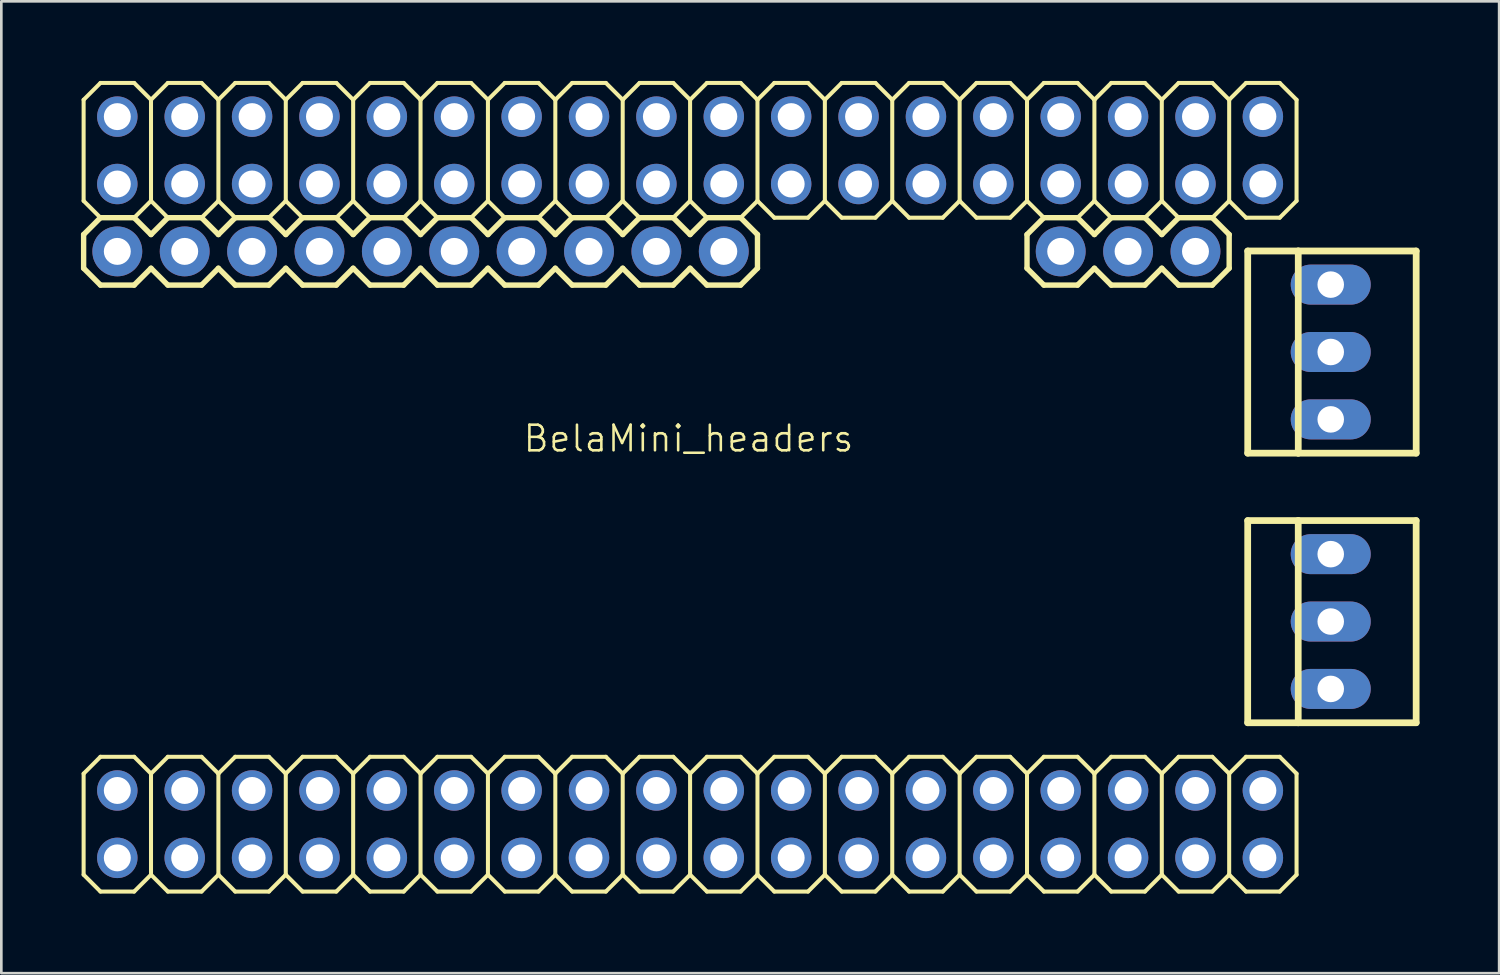
<source format=kicad_pcb>
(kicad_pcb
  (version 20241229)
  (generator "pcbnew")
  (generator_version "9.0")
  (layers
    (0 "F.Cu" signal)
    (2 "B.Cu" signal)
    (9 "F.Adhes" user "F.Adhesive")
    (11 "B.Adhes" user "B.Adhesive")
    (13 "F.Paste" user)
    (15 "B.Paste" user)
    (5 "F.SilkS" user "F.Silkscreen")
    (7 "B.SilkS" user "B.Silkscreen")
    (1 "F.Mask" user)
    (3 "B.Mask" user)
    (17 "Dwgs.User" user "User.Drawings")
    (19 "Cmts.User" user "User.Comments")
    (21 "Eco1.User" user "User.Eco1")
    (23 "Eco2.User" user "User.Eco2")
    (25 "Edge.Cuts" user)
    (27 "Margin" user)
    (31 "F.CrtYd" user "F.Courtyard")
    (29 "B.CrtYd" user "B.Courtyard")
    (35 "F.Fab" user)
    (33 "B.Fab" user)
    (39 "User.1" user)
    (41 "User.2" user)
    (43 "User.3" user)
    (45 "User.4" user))
  (footprint "BelaMini_headers"
    (layer "F.Cu")
    (at 22.962 15.316)
    (property "Reference" "BelaMini_headers" (at -6.35 -1.27 180) (layer "F.SilkS") (effects (font (size 0.965 0.965) (thickness 0.097)) (justify left bottom)))
    (attr through_hole)
    (fp_line (start -22.86 -14.605) (end -22.225 -15.24) (stroke (width 0.152) (type solid)) (layer "F.SilkS"))
    (fp_line (start -22.86 -10.795) (end -22.86 -14.605) (stroke (width 0.152) (type solid)) (layer "F.SilkS"))
    (fp_line (start -22.86 -10.795) (end -22.225 -10.16) (stroke (width 0.152) (type solid)) (layer "F.SilkS"))
    (fp_line (start -22.86 -9.525) (end -22.86 -8.255) (stroke (width 0.203) (type solid)) (layer "F.SilkS"))
    (fp_line (start -22.86 -8.255) (end -22.225 -7.62) (stroke (width 0.203) (type solid)) (layer "F.SilkS"))
    (fp_line (start -22.86 10.795) (end -22.225 10.16) (stroke (width 0.152) (type solid)) (layer "F.SilkS"))
    (fp_line (start -22.86 14.605) (end -22.86 10.795) (stroke (width 0.152) (type solid)) (layer "F.SilkS"))
    (fp_line (start -22.86 14.605) (end -22.225 15.24) (stroke (width 0.152) (type solid)) (layer "F.SilkS"))
    (fp_line (start -22.225 -15.24) (end -20.955 -15.24) (stroke (width 0.152) (type solid)) (layer "F.SilkS"))
    (fp_line (start -22.225 -10.16) (end -22.86 -9.525) (stroke (width 0.203) (type solid)) (layer "F.SilkS"))
    (fp_line (start -22.225 -10.16) (end -20.955 -10.16) (stroke (width 0.152) (type solid)) (layer "F.SilkS"))
    (fp_line (start -22.225 -10.16) (end -20.955 -10.16) (stroke (width 0.203) (type solid)) (layer "F.SilkS"))
    (fp_line (start -22.225 10.16) (end -20.955 10.16) (stroke (width 0.152) (type solid)) (layer "F.SilkS"))
    (fp_line (start -22.225 15.24) (end -20.955 15.24) (stroke (width 0.152) (type solid)) (layer "F.SilkS"))
    (fp_line (start -20.955 -15.24) (end -20.32 -14.605) (stroke (width 0.152) (type solid)) (layer "F.SilkS"))
    (fp_line (start -20.955 -10.16) (end -20.32 -10.795) (stroke (width 0.152) (type solid)) (layer "F.SilkS"))
    (fp_line (start -20.955 -10.16) (end -20.32 -9.525) (stroke (width 0.203) (type solid)) (layer "F.SilkS"))
    (fp_line (start -20.955 -7.62) (end -22.225 -7.62) (stroke (width 0.203) (type solid)) (layer "F.SilkS"))
    (fp_line (start -20.955 10.16) (end -20.32 10.795) (stroke (width 0.152) (type solid)) (layer "F.SilkS"))
    (fp_line (start -20.955 15.24) (end -20.32 14.605) (stroke (width 0.152) (type solid)) (layer "F.SilkS"))
    (fp_line (start -20.32 -14.605) (end -20.32 -10.795) (stroke (width 0.152) (type solid)) (layer "F.SilkS"))
    (fp_line (start -20.32 -14.605) (end -19.685 -15.24) (stroke (width 0.152) (type solid)) (layer "F.SilkS"))
    (fp_line (start -20.32 -10.795) (end -19.685 -10.16) (stroke (width 0.152) (type solid)) (layer "F.SilkS"))
    (fp_line (start -20.32 -9.525) (end -19.685 -10.16) (stroke (width 0.203) (type solid)) (layer "F.SilkS"))
    (fp_line (start -20.32 -8.255) (end -20.955 -7.62) (stroke (width 0.203) (type solid)) (layer "F.SilkS"))
    (fp_line (start -20.32 10.795) (end -20.32 14.605) (stroke (width 0.152) (type solid)) (layer "F.SilkS"))
    (fp_line (start -20.32 10.795) (end -19.685 10.16) (stroke (width 0.152) (type solid)) (layer "F.SilkS"))
    (fp_line (start -20.32 14.605) (end -19.685 15.24) (stroke (width 0.152) (type solid)) (layer "F.SilkS"))
    (fp_line (start -19.685 -15.24) (end -18.415 -15.24) (stroke (width 0.152) (type solid)) (layer "F.SilkS"))
    (fp_line (start -19.685 -10.16) (end -18.415 -10.16) (stroke (width 0.152) (type solid)) (layer "F.SilkS"))
    (fp_line (start -19.685 -10.16) (end -18.415 -10.16) (stroke (width 0.203) (type solid)) (layer "F.SilkS"))
    (fp_line (start -19.685 -7.62) (end -20.32 -8.255) (stroke (width 0.203) (type solid)) (layer "F.SilkS"))
    (fp_line (start -19.685 10.16) (end -18.415 10.16) (stroke (width 0.152) (type solid)) (layer "F.SilkS"))
    (fp_line (start -19.685 15.24) (end -18.415 15.24) (stroke (width 0.152) (type solid)) (layer "F.SilkS"))
    (fp_line (start -18.415 -15.24) (end -17.78 -14.605) (stroke (width 0.152) (type solid)) (layer "F.SilkS"))
    (fp_line (start -18.415 -10.16) (end -17.78 -10.795) (stroke (width 0.152) (type solid)) (layer "F.SilkS"))
    (fp_line (start -18.415 -10.16) (end -17.78 -9.525) (stroke (width 0.203) (type solid)) (layer "F.SilkS"))
    (fp_line (start -18.415 -7.62) (end -19.685 -7.62) (stroke (width 0.203) (type solid)) (layer "F.SilkS"))
    (fp_line (start -18.415 10.16) (end -17.78 10.795) (stroke (width 0.152) (type solid)) (layer "F.SilkS"))
    (fp_line (start -18.415 15.24) (end -17.78 14.605) (stroke (width 0.152) (type solid)) (layer "F.SilkS"))
    (fp_line (start -17.78 -14.605) (end -17.78 -10.795) (stroke (width 0.152) (type solid)) (layer "F.SilkS"))
    (fp_line (start -17.78 -14.605) (end -17.145 -15.24) (stroke (width 0.152) (type solid)) (layer "F.SilkS"))
    (fp_line (start -17.78 -10.795) (end -17.145 -10.16) (stroke (width 0.152) (type solid)) (layer "F.SilkS"))
    (fp_line (start -17.78 -9.525) (end -17.145 -10.16) (stroke (width 0.203) (type solid)) (layer "F.SilkS"))
    (fp_line (start -17.78 -8.255) (end -18.415 -7.62) (stroke (width 0.203) (type solid)) (layer "F.SilkS"))
    (fp_line (start -17.78 10.795) (end -17.78 14.605) (stroke (width 0.152) (type solid)) (layer "F.SilkS"))
    (fp_line (start -17.78 10.795) (end -17.145 10.16) (stroke (width 0.152) (type solid)) (layer "F.SilkS"))
    (fp_line (start -17.78 14.605) (end -17.145 15.24) (stroke (width 0.152) (type solid)) (layer "F.SilkS"))
    (fp_line (start -17.145 -15.24) (end -15.875 -15.24) (stroke (width 0.152) (type solid)) (layer "F.SilkS"))
    (fp_line (start -17.145 -10.16) (end -15.875 -10.16) (stroke (width 0.152) (type solid)) (layer "F.SilkS"))
    (fp_line (start -17.145 -10.16) (end -15.875 -10.16) (stroke (width 0.203) (type solid)) (layer "F.SilkS"))
    (fp_line (start -17.145 -7.62) (end -17.78 -8.255) (stroke (width 0.203) (type solid)) (layer "F.SilkS"))
    (fp_line (start -17.145 10.16) (end -15.875 10.16) (stroke (width 0.152) (type solid)) (layer "F.SilkS"))
    (fp_line (start -17.145 15.24) (end -15.875 15.24) (stroke (width 0.152) (type solid)) (layer "F.SilkS"))
    (fp_line (start -15.875 -15.24) (end -15.24 -14.605) (stroke (width 0.152) (type solid)) (layer "F.SilkS"))
    (fp_line (start -15.875 -10.16) (end -15.24 -10.795) (stroke (width 0.152) (type solid)) (layer "F.SilkS"))
    (fp_line (start -15.875 -10.16) (end -15.24 -9.525) (stroke (width 0.203) (type solid)) (layer "F.SilkS"))
    (fp_line (start -15.875 -7.62) (end -17.145 -7.62) (stroke (width 0.203) (type solid)) (layer "F.SilkS"))
    (fp_line (start -15.875 10.16) (end -15.24 10.795) (stroke (width 0.152) (type solid)) (layer "F.SilkS"))
    (fp_line (start -15.875 15.24) (end -15.24 14.605) (stroke (width 0.152) (type solid)) (layer "F.SilkS"))
    (fp_line (start -15.24 -14.605) (end -15.24 -10.795) (stroke (width 0.152) (type solid)) (layer "F.SilkS"))
    (fp_line (start -15.24 -14.605) (end -14.605 -15.24) (stroke (width 0.152) (type solid)) (layer "F.SilkS"))
    (fp_line (start -15.24 -10.795) (end -14.605 -10.16) (stroke (width 0.152) (type solid)) (layer "F.SilkS"))
    (fp_line (start -15.24 -8.255) (end -15.875 -7.62) (stroke (width 0.203) (type solid)) (layer "F.SilkS"))
    (fp_line (start -15.24 -8.255) (end -14.605 -7.62) (stroke (width 0.203) (type solid)) (layer "F.SilkS"))
    (fp_line (start -15.24 10.795) (end -15.24 14.605) (stroke (width 0.152) (type solid)) (layer "F.SilkS"))
    (fp_line (start -15.24 10.795) (end -14.605 10.16) (stroke (width 0.152) (type solid)) (layer "F.SilkS"))
    (fp_line (start -15.24 14.605) (end -14.605 15.24) (stroke (width 0.152) (type solid)) (layer "F.SilkS"))
    (fp_line (start -14.605 -15.24) (end -13.335 -15.24) (stroke (width 0.152) (type solid)) (layer "F.SilkS"))
    (fp_line (start -14.605 -10.16) (end -15.24 -9.525) (stroke (width 0.203) (type solid)) (layer "F.SilkS"))
    (fp_line (start -14.605 -10.16) (end -13.335 -10.16) (stroke (width 0.152) (type solid)) (layer "F.SilkS"))
    (fp_line (start -14.605 -10.16) (end -13.335 -10.16) (stroke (width 0.203) (type solid)) (layer "F.SilkS"))
    (fp_line (start -14.605 10.16) (end -13.335 10.16) (stroke (width 0.152) (type solid)) (layer "F.SilkS"))
    (fp_line (start -14.605 15.24) (end -13.335 15.24) (stroke (width 0.152) (type solid)) (layer "F.SilkS"))
    (fp_line (start -13.335 -15.24) (end -12.7 -14.605) (stroke (width 0.152) (type solid)) (layer "F.SilkS"))
    (fp_line (start -13.335 -10.16) (end -12.7 -10.795) (stroke (width 0.152) (type solid)) (layer "F.SilkS"))
    (fp_line (start -13.335 -10.16) (end -12.7 -9.525) (stroke (width 0.203) (type solid)) (layer "F.SilkS"))
    (fp_line (start -13.335 -7.62) (end -14.605 -7.62) (stroke (width 0.203) (type solid)) (layer "F.SilkS"))
    (fp_line (start -13.335 10.16) (end -12.7 10.795) (stroke (width 0.152) (type solid)) (layer "F.SilkS"))
    (fp_line (start -13.335 15.24) (end -12.7 14.605) (stroke (width 0.152) (type solid)) (layer "F.SilkS"))
    (fp_line (start -12.7 -14.605) (end -12.7 -10.795) (stroke (width 0.152) (type solid)) (layer "F.SilkS"))
    (fp_line (start -12.7 -14.605) (end -12.065 -15.24) (stroke (width 0.152) (type solid)) (layer "F.SilkS"))
    (fp_line (start -12.7 -10.795) (end -12.065 -10.16) (stroke (width 0.152) (type solid)) (layer "F.SilkS"))
    (fp_line (start -12.7 -9.525) (end -12.065 -10.16) (stroke (width 0.203) (type solid)) (layer "F.SilkS"))
    (fp_line (start -12.7 -8.255) (end -13.335 -7.62) (stroke (width 0.203) (type solid)) (layer "F.SilkS"))
    (fp_line (start -12.7 10.795) (end -12.7 14.605) (stroke (width 0.152) (type solid)) (layer "F.SilkS"))
    (fp_line (start -12.7 10.795) (end -12.065 10.16) (stroke (width 0.152) (type solid)) (layer "F.SilkS"))
    (fp_line (start -12.7 14.605) (end -12.065 15.24) (stroke (width 0.152) (type solid)) (layer "F.SilkS"))
    (fp_line (start -12.065 -15.24) (end -10.795 -15.24) (stroke (width 0.152) (type solid)) (layer "F.SilkS"))
    (fp_line (start -12.065 -10.16) (end -10.795 -10.16) (stroke (width 0.152) (type solid)) (layer "F.SilkS"))
    (fp_line (start -12.065 -10.16) (end -10.795 -10.16) (stroke (width 0.203) (type solid)) (layer "F.SilkS"))
    (fp_line (start -12.065 -7.62) (end -12.7 -8.255) (stroke (width 0.203) (type solid)) (layer "F.SilkS"))
    (fp_line (start -12.065 10.16) (end -10.795 10.16) (stroke (width 0.152) (type solid)) (layer "F.SilkS"))
    (fp_line (start -12.065 15.24) (end -10.795 15.24) (stroke (width 0.152) (type solid)) (layer "F.SilkS"))
    (fp_line (start -10.795 -15.24) (end -10.16 -14.605) (stroke (width 0.152) (type solid)) (layer "F.SilkS"))
    (fp_line (start -10.795 -10.16) (end -10.16 -10.795) (stroke (width 0.152) (type solid)) (layer "F.SilkS"))
    (fp_line (start -10.795 -10.16) (end -10.16 -9.525) (stroke (width 0.203) (type solid)) (layer "F.SilkS"))
    (fp_line (start -10.795 -7.62) (end -12.065 -7.62) (stroke (width 0.203) (type solid)) (layer "F.SilkS"))
    (fp_line (start -10.795 10.16) (end -10.16 10.795) (stroke (width 0.152) (type solid)) (layer "F.SilkS"))
    (fp_line (start -10.795 15.24) (end -10.16 14.605) (stroke (width 0.152) (type solid)) (layer "F.SilkS"))
    (fp_line (start -10.16 -14.605) (end -10.16 -10.795) (stroke (width 0.152) (type solid)) (layer "F.SilkS"))
    (fp_line (start -10.16 -14.605) (end -9.525 -15.24) (stroke (width 0.152) (type solid)) (layer "F.SilkS"))
    (fp_line (start -10.16 -10.795) (end -9.525 -10.16) (stroke (width 0.152) (type solid)) (layer "F.SilkS"))
    (fp_line (start -10.16 -9.525) (end -9.525 -10.16) (stroke (width 0.203) (type solid)) (layer "F.SilkS"))
    (fp_line (start -10.16 -8.255) (end -10.795 -7.62) (stroke (width 0.203) (type solid)) (layer "F.SilkS"))
    (fp_line (start -10.16 10.795) (end -10.16 14.605) (stroke (width 0.152) (type solid)) (layer "F.SilkS"))
    (fp_line (start -10.16 10.795) (end -9.525 10.16) (stroke (width 0.152) (type solid)) (layer "F.SilkS"))
    (fp_line (start -10.16 14.605) (end -9.525 15.24) (stroke (width 0.152) (type solid)) (layer "F.SilkS"))
    (fp_line (start -9.525 -15.24) (end -8.255 -15.24) (stroke (width 0.152) (type solid)) (layer "F.SilkS"))
    (fp_line (start -9.525 -10.16) (end -8.255 -10.16) (stroke (width 0.152) (type solid)) (layer "F.SilkS"))
    (fp_line (start -9.525 -10.16) (end -8.255 -10.16) (stroke (width 0.203) (type solid)) (layer "F.SilkS"))
    (fp_line (start -9.525 -7.62) (end -10.16 -8.255) (stroke (width 0.203) (type solid)) (layer "F.SilkS"))
    (fp_line (start -9.525 10.16) (end -8.255 10.16) (stroke (width 0.152) (type solid)) (layer "F.SilkS"))
    (fp_line (start -9.525 15.24) (end -8.255 15.24) (stroke (width 0.152) (type solid)) (layer "F.SilkS"))
    (fp_line (start -8.255 -15.24) (end -7.62 -14.605) (stroke (width 0.152) (type solid)) (layer "F.SilkS"))
    (fp_line (start -8.255 -10.16) (end -7.62 -10.795) (stroke (width 0.152) (type solid)) (layer "F.SilkS"))
    (fp_line (start -8.255 -10.16) (end -7.62 -9.525) (stroke (width 0.203) (type solid)) (layer "F.SilkS"))
    (fp_line (start -8.255 -7.62) (end -9.525 -7.62) (stroke (width 0.203) (type solid)) (layer "F.SilkS"))
    (fp_line (start -8.255 10.16) (end -7.62 10.795) (stroke (width 0.152) (type solid)) (layer "F.SilkS"))
    (fp_line (start -8.255 15.24) (end -7.62 14.605) (stroke (width 0.152) (type solid)) (layer "F.SilkS"))
    (fp_line (start -7.62 -14.605) (end -7.62 -10.795) (stroke (width 0.152) (type solid)) (layer "F.SilkS"))
    (fp_line (start -7.62 -14.605) (end -6.985 -15.24) (stroke (width 0.152) (type solid)) (layer "F.SilkS"))
    (fp_line (start -7.62 -10.795) (end -6.985 -10.16) (stroke (width 0.152) (type solid)) (layer "F.SilkS"))
    (fp_line (start -7.62 -8.255) (end -8.255 -7.62) (stroke (width 0.203) (type solid)) (layer "F.SilkS"))
    (fp_line (start -7.62 -8.255) (end -6.985 -7.62) (stroke (width 0.203) (type solid)) (layer "F.SilkS"))
    (fp_line (start -7.62 10.795) (end -7.62 14.605) (stroke (width 0.152) (type solid)) (layer "F.SilkS"))
    (fp_line (start -7.62 10.795) (end -6.985 10.16) (stroke (width 0.152) (type solid)) (layer "F.SilkS"))
    (fp_line (start -7.62 14.605) (end -6.985 15.24) (stroke (width 0.152) (type solid)) (layer "F.SilkS"))
    (fp_line (start -6.985 -15.24) (end -5.715 -15.24) (stroke (width 0.152) (type solid)) (layer "F.SilkS"))
    (fp_line (start -6.985 -10.16) (end -7.62 -9.525) (stroke (width 0.203) (type solid)) (layer "F.SilkS"))
    (fp_line (start -6.985 -10.16) (end -5.715 -10.16) (stroke (width 0.203) (type solid)) (layer "F.SilkS"))
    (fp_line (start -6.985 10.16) (end -5.715 10.16) (stroke (width 0.152) (type solid)) (layer "F.SilkS"))
    (fp_line (start -5.715 -15.24) (end -5.08 -14.605) (stroke (width 0.152) (type solid)) (layer "F.SilkS"))
    (fp_line (start -5.715 -10.16) (end -6.985 -10.16) (stroke (width 0.152) (type solid)) (layer "F.SilkS"))
    (fp_line (start -5.715 -10.16) (end -5.08 -9.525) (stroke (width 0.203) (type solid)) (layer "F.SilkS"))
    (fp_line (start -5.715 -7.62) (end -6.985 -7.62) (stroke (width 0.203) (type solid)) (layer "F.SilkS"))
    (fp_line (start -5.715 10.16) (end -5.08 10.795) (stroke (width 0.152) (type solid)) (layer "F.SilkS"))
    (fp_line (start -5.715 15.24) (end -6.985 15.24) (stroke (width 0.152) (type solid)) (layer "F.SilkS"))
    (fp_line (start -5.08 -14.605) (end -5.08 -10.795) (stroke (width 0.152) (type solid)) (layer "F.SilkS"))
    (fp_line (start -5.08 -14.605) (end -4.445 -15.24) (stroke (width 0.152) (type solid)) (layer "F.SilkS"))
    (fp_line (start -5.08 -10.795) (end -5.715 -10.16) (stroke (width 0.152) (type solid)) (layer "F.SilkS"))
    (fp_line (start -5.08 -10.795) (end -4.445 -10.16) (stroke (width 0.152) (type solid)) (layer "F.SilkS"))
    (fp_line (start -5.08 -8.255) (end -5.715 -7.62) (stroke (width 0.203) (type solid)) (layer "F.SilkS"))
    (fp_line (start -5.08 -8.255) (end -4.445 -7.62) (stroke (width 0.203) (type solid)) (layer "F.SilkS"))
    (fp_line (start -5.08 10.795) (end -5.08 14.605) (stroke (width 0.152) (type solid)) (layer "F.SilkS"))
    (fp_line (start -5.08 10.795) (end -4.445 10.16) (stroke (width 0.152) (type solid)) (layer "F.SilkS"))
    (fp_line (start -5.08 14.605) (end -5.715 15.24) (stroke (width 0.152) (type solid)) (layer "F.SilkS"))
    (fp_line (start -5.08 14.605) (end -4.445 15.24) (stroke (width 0.152) (type solid)) (layer "F.SilkS"))
    (fp_line (start -4.445 -15.24) (end -3.175 -15.24) (stroke (width 0.152) (type solid)) (layer "F.SilkS"))
    (fp_line (start -4.445 -10.16) (end -5.08 -9.525) (stroke (width 0.203) (type solid)) (layer "F.SilkS"))
    (fp_line (start -4.445 -10.16) (end -3.175 -10.16) (stroke (width 0.203) (type solid)) (layer "F.SilkS"))
    (fp_line (start -4.445 10.16) (end -3.175 10.16) (stroke (width 0.152) (type solid)) (layer "F.SilkS"))
    (fp_line (start -3.175 -15.24) (end -2.54 -14.605) (stroke (width 0.152) (type solid)) (layer "F.SilkS"))
    (fp_line (start -3.175 -10.16) (end -4.445 -10.16) (stroke (width 0.152) (type solid)) (layer "F.SilkS"))
    (fp_line (start -3.175 -10.16) (end -2.54 -9.525) (stroke (width 0.203) (type solid)) (layer "F.SilkS"))
    (fp_line (start -3.175 -7.62) (end -4.445 -7.62) (stroke (width 0.203) (type solid)) (layer "F.SilkS"))
    (fp_line (start -3.175 10.16) (end -2.54 10.795) (stroke (width 0.152) (type solid)) (layer "F.SilkS"))
    (fp_line (start -3.175 15.24) (end -4.445 15.24) (stroke (width 0.152) (type solid)) (layer "F.SilkS"))
    (fp_line (start -2.54 -14.605) (end -2.54 -10.795) (stroke (width 0.152) (type solid)) (layer "F.SilkS"))
    (fp_line (start -2.54 -14.605) (end -1.905 -15.24) (stroke (width 0.152) (type solid)) (layer "F.SilkS"))
    (fp_line (start -2.54 -10.795) (end -3.175 -10.16) (stroke (width 0.152) (type solid)) (layer "F.SilkS"))
    (fp_line (start -2.54 -10.795) (end -1.905 -10.16) (stroke (width 0.152) (type solid)) (layer "F.SilkS"))
    (fp_line (start -2.54 -8.255) (end -3.175 -7.62) (stroke (width 0.203) (type solid)) (layer "F.SilkS"))
    (fp_line (start -2.54 -8.255) (end -1.905 -7.62) (stroke (width 0.203) (type solid)) (layer "F.SilkS"))
    (fp_line (start -2.54 10.795) (end -2.54 14.605) (stroke (width 0.152) (type solid)) (layer "F.SilkS"))
    (fp_line (start -2.54 10.795) (end -1.905 10.16) (stroke (width 0.152) (type solid)) (layer "F.SilkS"))
    (fp_line (start -2.54 14.605) (end -3.175 15.24) (stroke (width 0.152) (type solid)) (layer "F.SilkS"))
    (fp_line (start -2.54 14.605) (end -1.905 15.24) (stroke (width 0.152) (type solid)) (layer "F.SilkS"))
    (fp_line (start -1.905 -15.24) (end -0.635 -15.24) (stroke (width 0.152) (type solid)) (layer "F.SilkS"))
    (fp_line (start -1.905 -10.16) (end -2.54 -9.525) (stroke (width 0.203) (type solid)) (layer "F.SilkS"))
    (fp_line (start -1.905 -10.16) (end -0.635 -10.16) (stroke (width 0.203) (type solid)) (layer "F.SilkS"))
    (fp_line (start -1.905 10.16) (end -0.635 10.16) (stroke (width 0.152) (type solid)) (layer "F.SilkS"))
    (fp_line (start -0.635 -15.24) (end 0 -14.605) (stroke (width 0.152) (type solid)) (layer "F.SilkS"))
    (fp_line (start -0.635 -10.16) (end -1.905 -10.16) (stroke (width 0.152) (type solid)) (layer "F.SilkS"))
    (fp_line (start -0.635 -10.16) (end 0 -9.525) (stroke (width 0.203) (type solid)) (layer "F.SilkS"))
    (fp_line (start -0.635 -7.62) (end -1.905 -7.62) (stroke (width 0.203) (type solid)) (layer "F.SilkS"))
    (fp_line (start -0.635 10.16) (end 0 10.795) (stroke (width 0.152) (type solid)) (layer "F.SilkS"))
    (fp_line (start -0.635 15.24) (end -1.905 15.24) (stroke (width 0.152) (type solid)) (layer "F.SilkS"))
    (fp_line (start 0 -14.605) (end 0 -10.795) (stroke (width 0.152) (type solid)) (layer "F.SilkS"))
    (fp_line (start 0 -14.605) (end 0.635 -15.24) (stroke (width 0.152) (type solid)) (layer "F.SilkS"))
    (fp_line (start 0 -10.795) (end -0.635 -10.16) (stroke (width 0.152) (type solid)) (layer "F.SilkS"))
    (fp_line (start 0 -10.795) (end 0.635 -10.16) (stroke (width 0.152) (type solid)) (layer "F.SilkS"))
    (fp_line (start 0 -8.255) (end -0.635 -7.62) (stroke (width 0.203) (type solid)) (layer "F.SilkS"))
    (fp_line (start 0 -8.255) (end 0.635 -7.62) (stroke (width 0.203) (type solid)) (layer "F.SilkS"))
    (fp_line (start 0 10.795) (end 0 14.605) (stroke (width 0.152) (type solid)) (layer "F.SilkS"))
    (fp_line (start 0 10.795) (end 0.635 10.16) (stroke (width 0.152) (type solid)) (layer "F.SilkS"))
    (fp_line (start 0 14.605) (end -0.635 15.24) (stroke (width 0.152) (type solid)) (layer "F.SilkS"))
    (fp_line (start 0 14.605) (end 0.635 15.24) (stroke (width 0.152) (type solid)) (layer "F.SilkS"))
    (fp_line (start 0.635 -15.24) (end 1.905 -15.24) (stroke (width 0.152) (type solid)) (layer "F.SilkS"))
    (fp_line (start 0.635 -10.16) (end 0 -9.525) (stroke (width 0.203) (type solid)) (layer "F.SilkS"))
    (fp_line (start 0.635 -10.16) (end 1.905 -10.16) (stroke (width 0.203) (type solid)) (layer "F.SilkS"))
    (fp_line (start 0.635 10.16) (end 1.905 10.16) (stroke (width 0.152) (type solid)) (layer "F.SilkS"))
    (fp_line (start 1.905 -15.24) (end 2.54 -14.605) (stroke (width 0.152) (type solid)) (layer "F.SilkS"))
    (fp_line (start 1.905 -10.16) (end 0.635 -10.16) (stroke (width 0.152) (type solid)) (layer "F.SilkS"))
    (fp_line (start 1.905 -10.16) (end 2.54 -9.525) (stroke (width 0.203) (type solid)) (layer "F.SilkS"))
    (fp_line (start 1.905 -7.62) (end 0.635 -7.62) (stroke (width 0.203) (type solid)) (layer "F.SilkS"))
    (fp_line (start 1.905 10.16) (end 2.54 10.795) (stroke (width 0.152) (type solid)) (layer "F.SilkS"))
    (fp_line (start 1.905 15.24) (end 0.635 15.24) (stroke (width 0.152) (type solid)) (layer "F.SilkS"))
    (fp_line (start 2.54 -14.605) (end 2.54 -10.795) (stroke (width 0.152) (type solid)) (layer "F.SilkS"))
    (fp_line (start 2.54 -14.605) (end 3.175 -15.24) (stroke (width 0.152) (type solid)) (layer "F.SilkS"))
    (fp_line (start 2.54 -10.795) (end 1.905 -10.16) (stroke (width 0.152) (type solid)) (layer "F.SilkS"))
    (fp_line (start 2.54 -10.795) (end 3.175 -10.16) (stroke (width 0.152) (type solid)) (layer "F.SilkS"))
    (fp_line (start 2.54 -9.525) (end 2.54 -8.255) (stroke (width 0.203) (type solid)) (layer "F.SilkS"))
    (fp_line (start 2.54 -8.255) (end 1.905 -7.62) (stroke (width 0.203) (type solid)) (layer "F.SilkS"))
    (fp_line (start 2.54 10.795) (end 2.54 14.605) (stroke (width 0.152) (type solid)) (layer "F.SilkS"))
    (fp_line (start 2.54 10.795) (end 3.175 10.16) (stroke (width 0.152) (type solid)) (layer "F.SilkS"))
    (fp_line (start 2.54 14.605) (end 1.905 15.24) (stroke (width 0.152) (type solid)) (layer "F.SilkS"))
    (fp_line (start 2.54 14.605) (end 3.175 15.24) (stroke (width 0.152) (type solid)) (layer "F.SilkS"))
    (fp_line (start 3.175 -15.24) (end 4.445 -15.24) (stroke (width 0.152) (type solid)) (layer "F.SilkS"))
    (fp_line (start 3.175 10.16) (end 4.445 10.16) (stroke (width 0.152) (type solid)) (layer "F.SilkS"))
    (fp_line (start 4.445 -15.24) (end 5.08 -14.605) (stroke (width 0.152) (type solid)) (layer "F.SilkS"))
    (fp_line (start 4.445 -10.16) (end 3.175 -10.16) (stroke (width 0.152) (type solid)) (layer "F.SilkS"))
    (fp_line (start 4.445 10.16) (end 5.08 10.795) (stroke (width 0.152) (type solid)) (layer "F.SilkS"))
    (fp_line (start 4.445 15.24) (end 3.175 15.24) (stroke (width 0.152) (type solid)) (layer "F.SilkS"))
    (fp_line (start 5.08 -14.605) (end 5.08 -10.795) (stroke (width 0.152) (type solid)) (layer "F.SilkS"))
    (fp_line (start 5.08 -14.605) (end 5.715 -15.24) (stroke (width 0.152) (type solid)) (layer "F.SilkS"))
    (fp_line (start 5.08 -10.795) (end 4.445 -10.16) (stroke (width 0.152) (type solid)) (layer "F.SilkS"))
    (fp_line (start 5.08 -10.795) (end 5.715 -10.16) (stroke (width 0.152) (type solid)) (layer "F.SilkS"))
    (fp_line (start 5.08 10.795) (end 5.08 14.605) (stroke (width 0.152) (type solid)) (layer "F.SilkS"))
    (fp_line (start 5.08 10.795) (end 5.715 10.16) (stroke (width 0.152) (type solid)) (layer "F.SilkS"))
    (fp_line (start 5.08 14.605) (end 4.445 15.24) (stroke (width 0.152) (type solid)) (layer "F.SilkS"))
    (fp_line (start 5.08 14.605) (end 5.715 15.24) (stroke (width 0.152) (type solid)) (layer "F.SilkS"))
    (fp_line (start 5.715 -15.24) (end 6.985 -15.24) (stroke (width 0.152) (type solid)) (layer "F.SilkS"))
    (fp_line (start 5.715 10.16) (end 6.985 10.16) (stroke (width 0.152) (type solid)) (layer "F.SilkS"))
    (fp_line (start 6.985 -10.16) (end 5.715 -10.16) (stroke (width 0.152) (type solid)) (layer "F.SilkS"))
    (fp_line (start 6.985 15.24) (end 5.715 15.24) (stroke (width 0.152) (type solid)) (layer "F.SilkS"))
    (fp_line (start 7.62 -14.605) (end 6.985 -15.24) (stroke (width 0.152) (type solid)) (layer "F.SilkS"))
    (fp_line (start 7.62 -14.605) (end 7.62 -10.795) (stroke (width 0.152) (type solid)) (layer "F.SilkS"))
    (fp_line (start 7.62 -14.605) (end 8.255 -15.24) (stroke (width 0.152) (type solid)) (layer "F.SilkS"))
    (fp_line (start 7.62 -10.795) (end 6.985 -10.16) (stroke (width 0.152) (type solid)) (layer "F.SilkS"))
    (fp_line (start 7.62 -10.795) (end 8.255 -10.16) (stroke (width 0.152) (type solid)) (layer "F.SilkS"))
    (fp_line (start 7.62 10.795) (end 6.985 10.16) (stroke (width 0.152) (type solid)) (layer "F.SilkS"))
    (fp_line (start 7.62 10.795) (end 7.62 14.605) (stroke (width 0.152) (type solid)) (layer "F.SilkS"))
    (fp_line (start 7.62 10.795) (end 8.255 10.16) (stroke (width 0.152) (type solid)) (layer "F.SilkS"))
    (fp_line (start 7.62 14.605) (end 6.985 15.24) (stroke (width 0.152) (type solid)) (layer "F.SilkS"))
    (fp_line (start 7.62 14.605) (end 8.255 15.24) (stroke (width 0.152) (type solid)) (layer "F.SilkS"))
    (fp_line (start 9.525 -15.24) (end 8.255 -15.24) (stroke (width 0.152) (type solid)) (layer "F.SilkS"))
    (fp_line (start 9.525 -15.24) (end 10.16 -14.605) (stroke (width 0.152) (type solid)) (layer "F.SilkS"))
    (fp_line (start 9.525 -10.16) (end 8.255 -10.16) (stroke (width 0.152) (type solid)) (layer "F.SilkS"))
    (fp_line (start 9.525 10.16) (end 8.255 10.16) (stroke (width 0.152) (type solid)) (layer "F.SilkS"))
    (fp_line (start 9.525 10.16) (end 10.16 10.795) (stroke (width 0.152) (type solid)) (layer "F.SilkS"))
    (fp_line (start 9.525 15.24) (end 8.255 15.24) (stroke (width 0.152) (type solid)) (layer "F.SilkS"))
    (fp_line (start 10.16 -14.605) (end 10.16 -10.795) (stroke (width 0.152) (type solid)) (layer "F.SilkS"))
    (fp_line (start 10.16 -14.605) (end 10.795 -15.24) (stroke (width 0.152) (type solid)) (layer "F.SilkS"))
    (fp_line (start 10.16 -10.795) (end 9.525 -10.16) (stroke (width 0.152) (type solid)) (layer "F.SilkS"))
    (fp_line (start 10.16 -10.795) (end 10.795 -10.16) (stroke (width 0.152) (type solid)) (layer "F.SilkS"))
    (fp_line (start 10.16 10.795) (end 10.16 14.605) (stroke (width 0.152) (type solid)) (layer "F.SilkS"))
    (fp_line (start 10.16 10.795) (end 10.795 10.16) (stroke (width 0.152) (type solid)) (layer "F.SilkS"))
    (fp_line (start 10.16 14.605) (end 9.525 15.24) (stroke (width 0.152) (type solid)) (layer "F.SilkS"))
    (fp_line (start 10.16 14.605) (end 10.795 15.24) (stroke (width 0.152) (type solid)) (layer "F.SilkS"))
    (fp_line (start 12.065 -15.24) (end 10.795 -15.24) (stroke (width 0.152) (type solid)) (layer "F.SilkS"))
    (fp_line (start 12.065 -15.24) (end 12.7 -14.605) (stroke (width 0.152) (type solid)) (layer "F.SilkS"))
    (fp_line (start 12.065 -10.16) (end 10.795 -10.16) (stroke (width 0.152) (type solid)) (layer "F.SilkS"))
    (fp_line (start 12.065 10.16) (end 10.795 10.16) (stroke (width 0.152) (type solid)) (layer "F.SilkS"))
    (fp_line (start 12.065 10.16) (end 12.7 10.795) (stroke (width 0.152) (type solid)) (layer "F.SilkS"))
    (fp_line (start 12.065 15.24) (end 10.795 15.24) (stroke (width 0.152) (type solid)) (layer "F.SilkS"))
    (fp_line (start 12.7 -14.605) (end 12.7 -10.795) (stroke (width 0.152) (type solid)) (layer "F.SilkS"))
    (fp_line (start 12.7 -14.605) (end 13.335 -15.24) (stroke (width 0.152) (type solid)) (layer "F.SilkS"))
    (fp_line (start 12.7 -10.795) (end 12.065 -10.16) (stroke (width 0.152) (type solid)) (layer "F.SilkS"))
    (fp_line (start 12.7 -9.525) (end 12.7 -8.255) (stroke (width 0.203) (type solid)) (layer "F.SilkS"))
    (fp_line (start 12.7 -8.255) (end 13.335 -7.62) (stroke (width 0.203) (type solid)) (layer "F.SilkS"))
    (fp_line (start 12.7 10.795) (end 12.7 14.605) (stroke (width 0.152) (type solid)) (layer "F.SilkS"))
    (fp_line (start 12.7 10.795) (end 13.335 10.16) (stroke (width 0.152) (type solid)) (layer "F.SilkS"))
    (fp_line (start 12.7 14.605) (end 12.065 15.24) (stroke (width 0.152) (type solid)) (layer "F.SilkS"))
    (fp_line (start 13.335 -10.16) (end 12.7 -10.795) (stroke (width 0.152) (type solid)) (layer "F.SilkS"))
    (fp_line (start 13.335 -10.16) (end 12.7 -9.525) (stroke (width 0.203) (type solid)) (layer "F.SilkS"))
    (fp_line (start 13.335 -10.16) (end 14.605 -10.16) (stroke (width 0.152) (type solid)) (layer "F.SilkS"))
    (fp_line (start 13.335 -10.16) (end 14.605 -10.16) (stroke (width 0.203) (type solid)) (layer "F.SilkS"))
    (fp_line (start 13.335 15.24) (end 12.7 14.605) (stroke (width 0.152) (type solid)) (layer "F.SilkS"))
    (fp_line (start 13.335 15.24) (end 14.605 15.24) (stroke (width 0.152) (type solid)) (layer "F.SilkS"))
    (fp_line (start 14.605 -15.24) (end 13.335 -15.24) (stroke (width 0.152) (type solid)) (layer "F.SilkS"))
    (fp_line (start 14.605 -15.24) (end 15.24 -14.605) (stroke (width 0.152) (type solid)) (layer "F.SilkS"))
    (fp_line (start 14.605 -10.16) (end 15.24 -9.525) (stroke (width 0.203) (type solid)) (layer "F.SilkS"))
    (fp_line (start 14.605 -7.62) (end 13.335 -7.62) (stroke (width 0.203) (type solid)) (layer "F.SilkS"))
    (fp_line (start 14.605 10.16) (end 13.335 10.16) (stroke (width 0.152) (type solid)) (layer "F.SilkS"))
    (fp_line (start 14.605 10.16) (end 15.24 10.795) (stroke (width 0.152) (type solid)) (layer "F.SilkS"))
    (fp_line (start 15.24 -14.605) (end 15.24 -10.795) (stroke (width 0.152) (type solid)) (layer "F.SilkS"))
    (fp_line (start 15.24 -14.605) (end 15.875 -15.24) (stroke (width 0.152) (type solid)) (layer "F.SilkS"))
    (fp_line (start 15.24 -10.795) (end 14.605 -10.16) (stroke (width 0.152) (type solid)) (layer "F.SilkS"))
    (fp_line (start 15.24 -9.525) (end 15.875 -10.16) (stroke (width 0.203) (type solid)) (layer "F.SilkS"))
    (fp_line (start 15.24 -8.255) (end 14.605 -7.62) (stroke (width 0.203) (type solid)) (layer "F.SilkS"))
    (fp_line (start 15.24 10.795) (end 15.24 14.605) (stroke (width 0.152) (type solid)) (layer "F.SilkS"))
    (fp_line (start 15.24 10.795) (end 15.875 10.16) (stroke (width 0.152) (type solid)) (layer "F.SilkS"))
    (fp_line (start 15.24 14.605) (end 14.605 15.24) (stroke (width 0.152) (type solid)) (layer "F.SilkS"))
    (fp_line (start 15.875 -10.16) (end 15.24 -10.795) (stroke (width 0.152) (type solid)) (layer "F.SilkS"))
    (fp_line (start 15.875 -10.16) (end 17.145 -10.16) (stroke (width 0.152) (type solid)) (layer "F.SilkS"))
    (fp_line (start 15.875 -10.16) (end 17.145 -10.16) (stroke (width 0.203) (type solid)) (layer "F.SilkS"))
    (fp_line (start 15.875 -7.62) (end 15.24 -8.255) (stroke (width 0.203) (type solid)) (layer "F.SilkS"))
    (fp_line (start 15.875 15.24) (end 15.24 14.605) (stroke (width 0.152) (type solid)) (layer "F.SilkS"))
    (fp_line (start 15.875 15.24) (end 17.145 15.24) (stroke (width 0.152) (type solid)) (layer "F.SilkS"))
    (fp_line (start 17.145 -15.24) (end 15.875 -15.24) (stroke (width 0.152) (type solid)) (layer "F.SilkS"))
    (fp_line (start 17.145 -15.24) (end 17.78 -14.605) (stroke (width 0.152) (type solid)) (layer "F.SilkS"))
    (fp_line (start 17.145 -10.16) (end 17.78 -9.525) (stroke (width 0.203) (type solid)) (layer "F.SilkS"))
    (fp_line (start 17.145 -7.62) (end 15.875 -7.62) (stroke (width 0.203) (type solid)) (layer "F.SilkS"))
    (fp_line (start 17.145 10.16) (end 15.875 10.16) (stroke (width 0.152) (type solid)) (layer "F.SilkS"))
    (fp_line (start 17.145 10.16) (end 17.78 10.795) (stroke (width 0.152) (type solid)) (layer "F.SilkS"))
    (fp_line (start 17.78 -14.605) (end 17.78 -10.795) (stroke (width 0.152) (type solid)) (layer "F.SilkS"))
    (fp_line (start 17.78 -14.605) (end 18.415 -15.24) (stroke (width 0.152) (type solid)) (layer "F.SilkS"))
    (fp_line (start 17.78 -10.795) (end 17.145 -10.16) (stroke (width 0.152) (type solid)) (layer "F.SilkS"))
    (fp_line (start 17.78 -10.795) (end 18.415 -10.16) (stroke (width 0.152) (type solid)) (layer "F.SilkS"))
    (fp_line (start 17.78 -9.525) (end 18.415 -10.16) (stroke (width 0.203) (type solid)) (layer "F.SilkS"))
    (fp_line (start 17.78 -8.255) (end 17.145 -7.62) (stroke (width 0.203) (type solid)) (layer "F.SilkS"))
    (fp_line (start 17.78 10.795) (end 17.78 14.605) (stroke (width 0.152) (type solid)) (layer "F.SilkS"))
    (fp_line (start 17.78 10.795) (end 18.415 10.16) (stroke (width 0.152) (type solid)) (layer "F.SilkS"))
    (fp_line (start 17.78 14.605) (end 17.145 15.24) (stroke (width 0.152) (type solid)) (layer "F.SilkS"))
    (fp_line (start 17.78 14.605) (end 18.415 15.24) (stroke (width 0.152) (type solid)) (layer "F.SilkS"))
    (fp_line (start 18.415 -10.16) (end 19.685 -10.16) (stroke (width 0.203) (type solid)) (layer "F.SilkS"))
    (fp_line (start 18.415 -7.62) (end 17.78 -8.255) (stroke (width 0.203) (type solid)) (layer "F.SilkS"))
    (fp_line (start 19.685 -15.24) (end 18.415 -15.24) (stroke (width 0.152) (type solid)) (layer "F.SilkS"))
    (fp_line (start 19.685 -15.24) (end 20.32 -14.605) (stroke (width 0.152) (type solid)) (layer "F.SilkS"))
    (fp_line (start 19.685 -10.16) (end 18.415 -10.16) (stroke (width 0.152) (type solid)) (layer "F.SilkS"))
    (fp_line (start 19.685 -10.16) (end 20.32 -9.525) (stroke (width 0.203) (type solid)) (layer "F.SilkS"))
    (fp_line (start 19.685 -7.62) (end 18.415 -7.62) (stroke (width 0.203) (type solid)) (layer "F.SilkS"))
    (fp_line (start 19.685 10.16) (end 18.415 10.16) (stroke (width 0.152) (type solid)) (layer "F.SilkS"))
    (fp_line (start 19.685 10.16) (end 20.32 10.795) (stroke (width 0.152) (type solid)) (layer "F.SilkS"))
    (fp_line (start 19.685 15.24) (end 18.415 15.24) (stroke (width 0.152) (type solid)) (layer "F.SilkS"))
    (fp_line (start 20.32 -14.605) (end 20.32 -10.795) (stroke (width 0.152) (type solid)) (layer "F.SilkS"))
    (fp_line (start 20.32 -14.605) (end 20.955 -15.24) (stroke (width 0.152) (type solid)) (layer "F.SilkS"))
    (fp_line (start 20.32 -10.795) (end 19.685 -10.16) (stroke (width 0.152) (type solid)) (layer "F.SilkS"))
    (fp_line (start 20.32 -10.795) (end 20.955 -10.16) (stroke (width 0.152) (type solid)) (layer "F.SilkS"))
    (fp_line (start 20.32 -9.525) (end 20.32 -8.255) (stroke (width 0.203) (type solid)) (layer "F.SilkS"))
    (fp_line (start 20.32 -8.255) (end 19.685 -7.62) (stroke (width 0.203) (type solid)) (layer "F.SilkS"))
    (fp_line (start 20.32 10.795) (end 20.32 14.605) (stroke (width 0.152) (type solid)) (layer "F.SilkS"))
    (fp_line (start 20.32 10.795) (end 20.955 10.16) (stroke (width 0.152) (type solid)) (layer "F.SilkS"))
    (fp_line (start 20.32 14.605) (end 19.685 15.24) (stroke (width 0.152) (type solid)) (layer "F.SilkS"))
    (fp_line (start 20.32 14.605) (end 20.955 15.24) (stroke (width 0.152) (type solid)) (layer "F.SilkS"))
    (fp_line (start 21.018 1.257) (end 22.923 1.257) (stroke (width 0.254) (type solid)) (layer "F.SilkS"))
    (fp_line (start 21.018 8.877) (end 21.018 1.257) (stroke (width 0.254) (type solid)) (layer "F.SilkS"))
    (fp_line (start 21.019 -8.905) (end 22.924 -8.905) (stroke (width 0.254) (type solid)) (layer "F.SilkS"))
    (fp_line (start 21.019 -1.285) (end 21.019 -8.905) (stroke (width 0.254) (type solid)) (layer "F.SilkS"))
    (fp_line (start 22.225 -15.24) (end 20.955 -15.24) (stroke (width 0.152) (type solid)) (layer "F.SilkS"))
    (fp_line (start 22.225 -15.24) (end 22.86 -14.605) (stroke (width 0.152) (type solid)) (layer "F.SilkS"))
    (fp_line (start 22.225 -10.16) (end 20.955 -10.16) (stroke (width 0.152) (type solid)) (layer "F.SilkS"))
    (fp_line (start 22.225 10.16) (end 20.955 10.16) (stroke (width 0.152) (type solid)) (layer "F.SilkS"))
    (fp_line (start 22.225 10.16) (end 22.86 10.795) (stroke (width 0.152) (type solid)) (layer "F.SilkS"))
    (fp_line (start 22.225 15.24) (end 20.955 15.24) (stroke (width 0.152) (type solid)) (layer "F.SilkS"))
    (fp_line (start 22.86 -14.605) (end 22.86 -10.795) (stroke (width 0.152) (type solid)) (layer "F.SilkS"))
    (fp_line (start 22.86 -10.795) (end 22.225 -10.16) (stroke (width 0.152) (type solid)) (layer "F.SilkS"))
    (fp_line (start 22.86 10.795) (end 22.86 14.605) (stroke (width 0.152) (type solid)) (layer "F.SilkS"))
    (fp_line (start 22.86 14.605) (end 22.225 15.24) (stroke (width 0.152) (type solid)) (layer "F.SilkS"))
    (fp_line (start 22.923 1.257) (end 27.368 1.257) (stroke (width 0.254) (type solid)) (layer "F.SilkS"))
    (fp_line (start 22.923 8.877) (end 21.018 8.877) (stroke (width 0.254) (type solid)) (layer "F.SilkS"))
    (fp_line (start 22.923 8.877) (end 22.923 1.257) (stroke (width 0.254) (type solid)) (layer "F.SilkS"))
    (fp_line (start 22.924 -8.905) (end 27.369 -8.905) (stroke (width 0.254) (type solid)) (layer "F.SilkS"))
    (fp_line (start 22.924 -1.285) (end 21.019 -1.285) (stroke (width 0.254) (type solid)) (layer "F.SilkS"))
    (fp_line (start 22.924 -1.285) (end 22.924 -8.905) (stroke (width 0.254) (type solid)) (layer "F.SilkS"))
    (fp_line (start 27.368 1.257) (end 27.368 8.877) (stroke (width 0.254) (type solid)) (layer "F.SilkS"))
    (fp_line (start 27.368 8.877) (end 22.923 8.877) (stroke (width 0.254) (type solid)) (layer "F.SilkS"))
    (fp_line (start 27.369 -8.905) (end 27.369 -1.285) (stroke (width 0.254) (type solid)) (layer "F.SilkS"))
    (fp_line (start 27.369 -1.285) (end 22.924 -1.285) (stroke (width 0.254) (type solid)) (layer "F.SilkS"))
    (fp_poly (pts (xy -21.844 -13.716) (xy -21.336 -13.716) (xy -21.336 -14.224) (xy -21.844 -14.224)) (stroke (width 0.1) (type solid)) (fill no) (layer "F.Fab"))
    (fp_poly (pts (xy -21.844 -11.176) (xy -21.336 -11.176) (xy -21.336 -11.684) (xy -21.844 -11.684)) (stroke (width 0.1) (type solid)) (fill no) (layer "F.Fab"))
    (fp_poly (pts (xy -21.844 -8.636) (xy -21.336 -8.636) (xy -21.336 -9.144) (xy -21.844 -9.144)) (stroke (width 0.1) (type solid)) (fill no) (layer "F.Fab"))
    (fp_poly (pts (xy -21.844 11.684) (xy -21.336 11.684) (xy -21.336 11.176) (xy -21.844 11.176)) (stroke (width 0.1) (type solid)) (fill no) (layer "F.Fab"))
    (fp_poly (pts (xy -21.844 14.224) (xy -21.336 14.224) (xy -21.336 13.716) (xy -21.844 13.716)) (stroke (width 0.1) (type solid)) (fill no) (layer "F.Fab"))
    (fp_poly (pts (xy -19.304 -13.716) (xy -18.796 -13.716) (xy -18.796 -14.224) (xy -19.304 -14.224)) (stroke (width 0.1) (type solid)) (fill no) (layer "F.Fab"))
    (fp_poly (pts (xy -19.304 -11.176) (xy -18.796 -11.176) (xy -18.796 -11.684) (xy -19.304 -11.684)) (stroke (width 0.1) (type solid)) (fill no) (layer "F.Fab"))
    (fp_poly (pts (xy -19.304 -8.636) (xy -18.796 -8.636) (xy -18.796 -9.144) (xy -19.304 -9.144)) (stroke (width 0.1) (type solid)) (fill no) (layer "F.Fab"))
    (fp_poly (pts (xy -19.304 11.684) (xy -18.796 11.684) (xy -18.796 11.176) (xy -19.304 11.176)) (stroke (width 0.1) (type solid)) (fill no) (layer "F.Fab"))
    (fp_poly (pts (xy -19.304 14.224) (xy -18.796 14.224) (xy -18.796 13.716) (xy -19.304 13.716)) (stroke (width 0.1) (type solid)) (fill no) (layer "F.Fab"))
    (fp_poly (pts (xy -16.764 -13.716) (xy -16.256 -13.716) (xy -16.256 -14.224) (xy -16.764 -14.224)) (stroke (width 0.1) (type solid)) (fill no) (layer "F.Fab"))
    (fp_poly (pts (xy -16.764 -11.176) (xy -16.256 -11.176) (xy -16.256 -11.684) (xy -16.764 -11.684)) (stroke (width 0.1) (type solid)) (fill no) (layer "F.Fab"))
    (fp_poly (pts (xy -16.764 -8.636) (xy -16.256 -8.636) (xy -16.256 -9.144) (xy -16.764 -9.144)) (stroke (width 0.1) (type solid)) (fill no) (layer "F.Fab"))
    (fp_poly (pts (xy -16.764 11.684) (xy -16.256 11.684) (xy -16.256 11.176) (xy -16.764 11.176)) (stroke (width 0.1) (type solid)) (fill no) (layer "F.Fab"))
    (fp_poly (pts (xy -16.764 14.224) (xy -16.256 14.224) (xy -16.256 13.716) (xy -16.764 13.716)) (stroke (width 0.1) (type solid)) (fill no) (layer "F.Fab"))
    (fp_poly (pts (xy -14.224 -13.716) (xy -13.716 -13.716) (xy -13.716 -14.224) (xy -14.224 -14.224)) (stroke (width 0.1) (type solid)) (fill no) (layer "F.Fab"))
    (fp_poly (pts (xy -14.224 -11.176) (xy -13.716 -11.176) (xy -13.716 -11.684) (xy -14.224 -11.684)) (stroke (width 0.1) (type solid)) (fill no) (layer "F.Fab"))
    (fp_poly (pts (xy -14.224 -8.636) (xy -13.716 -8.636) (xy -13.716 -9.144) (xy -14.224 -9.144)) (stroke (width 0.1) (type solid)) (fill no) (layer "F.Fab"))
    (fp_poly (pts (xy -14.224 11.684) (xy -13.716 11.684) (xy -13.716 11.176) (xy -14.224 11.176)) (stroke (width 0.1) (type solid)) (fill no) (layer "F.Fab"))
    (fp_poly (pts (xy -14.224 14.224) (xy -13.716 14.224) (xy -13.716 13.716) (xy -14.224 13.716)) (stroke (width 0.1) (type solid)) (fill no) (layer "F.Fab"))
    (fp_poly (pts (xy -11.684 -13.716) (xy -11.176 -13.716) (xy -11.176 -14.224) (xy -11.684 -14.224)) (stroke (width 0.1) (type solid)) (fill no) (layer "F.Fab"))
    (fp_poly (pts (xy -11.684 -11.176) (xy -11.176 -11.176) (xy -11.176 -11.684) (xy -11.684 -11.684)) (stroke (width 0.1) (type solid)) (fill no) (layer "F.Fab"))
    (fp_poly (pts (xy -11.684 -8.636) (xy -11.176 -8.636) (xy -11.176 -9.144) (xy -11.684 -9.144)) (stroke (width 0.1) (type solid)) (fill no) (layer "F.Fab"))
    (fp_poly (pts (xy -11.684 11.684) (xy -11.176 11.684) (xy -11.176 11.176) (xy -11.684 11.176)) (stroke (width 0.1) (type solid)) (fill no) (layer "F.Fab"))
    (fp_poly (pts (xy -11.684 14.224) (xy -11.176 14.224) (xy -11.176 13.716) (xy -11.684 13.716)) (stroke (width 0.1) (type solid)) (fill no) (layer "F.Fab"))
    (fp_poly (pts (xy -9.144 -13.716) (xy -8.636 -13.716) (xy -8.636 -14.224) (xy -9.144 -14.224)) (stroke (width 0.1) (type solid)) (fill no) (layer "F.Fab"))
    (fp_poly (pts (xy -9.144 -11.176) (xy -8.636 -11.176) (xy -8.636 -11.684) (xy -9.144 -11.684)) (stroke (width 0.1) (type solid)) (fill no) (layer "F.Fab"))
    (fp_poly (pts (xy -9.144 -8.636) (xy -8.636 -8.636) (xy -8.636 -9.144) (xy -9.144 -9.144)) (stroke (width 0.1) (type solid)) (fill no) (layer "F.Fab"))
    (fp_poly (pts (xy -9.144 11.684) (xy -8.636 11.684) (xy -8.636 11.176) (xy -9.144 11.176)) (stroke (width 0.1) (type solid)) (fill no) (layer "F.Fab"))
    (fp_poly (pts (xy -9.144 14.224) (xy -8.636 14.224) (xy -8.636 13.716) (xy -9.144 13.716)) (stroke (width 0.1) (type solid)) (fill no) (layer "F.Fab"))
    (fp_poly (pts (xy -6.604 -13.716) (xy -6.096 -13.716) (xy -6.096 -14.224) (xy -6.604 -14.224)) (stroke (width 0.1) (type solid)) (fill no) (layer "F.Fab"))
    (fp_poly (pts (xy -6.604 -11.176) (xy -6.096 -11.176) (xy -6.096 -11.684) (xy -6.604 -11.684)) (stroke (width 0.1) (type solid)) (fill no) (layer "F.Fab"))
    (fp_poly (pts (xy -6.604 -8.636) (xy -6.096 -8.636) (xy -6.096 -9.144) (xy -6.604 -9.144)) (stroke (width 0.1) (type solid)) (fill no) (layer "F.Fab"))
    (fp_poly (pts (xy -6.604 11.684) (xy -6.096 11.684) (xy -6.096 11.176) (xy -6.604 11.176)) (stroke (width 0.1) (type solid)) (fill no) (layer "F.Fab"))
    (fp_poly (pts (xy -6.604 14.224) (xy -6.096 14.224) (xy -6.096 13.716) (xy -6.604 13.716)) (stroke (width 0.1) (type solid)) (fill no) (layer "F.Fab"))
    (fp_poly (pts (xy -4.064 -13.716) (xy -3.556 -13.716) (xy -3.556 -14.224) (xy -4.064 -14.224)) (stroke (width 0.1) (type solid)) (fill no) (layer "F.Fab"))
    (fp_poly (pts (xy -4.064 -11.176) (xy -3.556 -11.176) (xy -3.556 -11.684) (xy -4.064 -11.684)) (stroke (width 0.1) (type solid)) (fill no) (layer "F.Fab"))
    (fp_poly (pts (xy -4.064 -8.636) (xy -3.556 -8.636) (xy -3.556 -9.144) (xy -4.064 -9.144)) (stroke (width 0.1) (type solid)) (fill no) (layer "F.Fab"))
    (fp_poly (pts (xy -4.064 11.684) (xy -3.556 11.684) (xy -3.556 11.176) (xy -4.064 11.176)) (stroke (width 0.1) (type solid)) (fill no) (layer "F.Fab"))
    (fp_poly (pts (xy -4.064 14.224) (xy -3.556 14.224) (xy -3.556 13.716) (xy -4.064 13.716)) (stroke (width 0.1) (type solid)) (fill no) (layer "F.Fab"))
    (fp_poly (pts (xy -1.524 -13.716) (xy -1.016 -13.716) (xy -1.016 -14.224) (xy -1.524 -14.224)) (stroke (width 0.1) (type solid)) (fill no) (layer "F.Fab"))
    (fp_poly (pts (xy -1.524 -11.176) (xy -1.016 -11.176) (xy -1.016 -11.684) (xy -1.524 -11.684)) (stroke (width 0.1) (type solid)) (fill no) (layer "F.Fab"))
    (fp_poly (pts (xy -1.524 -8.636) (xy -1.016 -8.636) (xy -1.016 -9.144) (xy -1.524 -9.144)) (stroke (width 0.1) (type solid)) (fill no) (layer "F.Fab"))
    (fp_poly (pts (xy -1.524 11.684) (xy -1.016 11.684) (xy -1.016 11.176) (xy -1.524 11.176)) (stroke (width 0.1) (type solid)) (fill no) (layer "F.Fab"))
    (fp_poly (pts (xy -1.524 14.224) (xy -1.016 14.224) (xy -1.016 13.716) (xy -1.524 13.716)) (stroke (width 0.1) (type solid)) (fill no) (layer "F.Fab"))
    (fp_poly (pts (xy 1.016 -13.716) (xy 1.524 -13.716) (xy 1.524 -14.224) (xy 1.016 -14.224)) (stroke (width 0.1) (type solid)) (fill no) (layer "F.Fab"))
    (fp_poly (pts (xy 1.016 -11.176) (xy 1.524 -11.176) (xy 1.524 -11.684) (xy 1.016 -11.684)) (stroke (width 0.1) (type solid)) (fill no) (layer "F.Fab"))
    (fp_poly (pts (xy 1.016 -8.636) (xy 1.524 -8.636) (xy 1.524 -9.144) (xy 1.016 -9.144)) (stroke (width 0.1) (type solid)) (fill no) (layer "F.Fab"))
    (fp_poly (pts (xy 1.016 11.684) (xy 1.524 11.684) (xy 1.524 11.176) (xy 1.016 11.176)) (stroke (width 0.1) (type solid)) (fill no) (layer "F.Fab"))
    (fp_poly (pts (xy 1.016 14.224) (xy 1.524 14.224) (xy 1.524 13.716) (xy 1.016 13.716)) (stroke (width 0.1) (type solid)) (fill no) (layer "F.Fab"))
    (fp_poly (pts (xy 3.556 -13.716) (xy 4.064 -13.716) (xy 4.064 -14.224) (xy 3.556 -14.224)) (stroke (width 0.1) (type solid)) (fill no) (layer "F.Fab"))
    (fp_poly (pts (xy 3.556 -11.176) (xy 4.064 -11.176) (xy 4.064 -11.684) (xy 3.556 -11.684)) (stroke (width 0.1) (type solid)) (fill no) (layer "F.Fab"))
    (fp_poly (pts (xy 3.556 11.684) (xy 4.064 11.684) (xy 4.064 11.176) (xy 3.556 11.176)) (stroke (width 0.1) (type solid)) (fill no) (layer "F.Fab"))
    (fp_poly (pts (xy 3.556 14.224) (xy 4.064 14.224) (xy 4.064 13.716) (xy 3.556 13.716)) (stroke (width 0.1) (type solid)) (fill no) (layer "F.Fab"))
    (fp_poly (pts (xy 6.096 -13.716) (xy 6.604 -13.716) (xy 6.604 -14.224) (xy 6.096 -14.224)) (stroke (width 0.1) (type solid)) (fill no) (layer "F.Fab"))
    (fp_poly (pts (xy 6.096 -11.176) (xy 6.604 -11.176) (xy 6.604 -11.684) (xy 6.096 -11.684)) (stroke (width 0.1) (type solid)) (fill no) (layer "F.Fab"))
    (fp_poly (pts (xy 6.096 11.684) (xy 6.604 11.684) (xy 6.604 11.176) (xy 6.096 11.176)) (stroke (width 0.1) (type solid)) (fill no) (layer "F.Fab"))
    (fp_poly (pts (xy 6.096 14.224) (xy 6.604 14.224) (xy 6.604 13.716) (xy 6.096 13.716)) (stroke (width 0.1) (type solid)) (fill no) (layer "F.Fab"))
    (fp_poly (pts (xy 8.636 -13.716) (xy 9.144 -13.716) (xy 9.144 -14.224) (xy 8.636 -14.224)) (stroke (width 0.1) (type solid)) (fill no) (layer "F.Fab"))
    (fp_poly (pts (xy 8.636 -11.176) (xy 9.144 -11.176) (xy 9.144 -11.684) (xy 8.636 -11.684)) (stroke (width 0.1) (type solid)) (fill no) (layer "F.Fab"))
    (fp_poly (pts (xy 8.636 11.684) (xy 9.144 11.684) (xy 9.144 11.176) (xy 8.636 11.176)) (stroke (width 0.1) (type solid)) (fill no) (layer "F.Fab"))
    (fp_poly (pts (xy 8.636 14.224) (xy 9.144 14.224) (xy 9.144 13.716) (xy 8.636 13.716)) (stroke (width 0.1) (type solid)) (fill no) (layer "F.Fab"))
    (fp_poly (pts (xy 11.176 -13.716) (xy 11.684 -13.716) (xy 11.684 -14.224) (xy 11.176 -14.224)) (stroke (width 0.1) (type solid)) (fill no) (layer "F.Fab"))
    (fp_poly (pts (xy 11.176 -11.176) (xy 11.684 -11.176) (xy 11.684 -11.684) (xy 11.176 -11.684)) (stroke (width 0.1) (type solid)) (fill no) (layer "F.Fab"))
    (fp_poly (pts (xy 11.176 11.684) (xy 11.684 11.684) (xy 11.684 11.176) (xy 11.176 11.176)) (stroke (width 0.1) (type solid)) (fill no) (layer "F.Fab"))
    (fp_poly (pts (xy 11.176 14.224) (xy 11.684 14.224) (xy 11.684 13.716) (xy 11.176 13.716)) (stroke (width 0.1) (type solid)) (fill no) (layer "F.Fab"))
    (fp_poly (pts (xy 13.716 -13.716) (xy 14.224 -13.716) (xy 14.224 -14.224) (xy 13.716 -14.224)) (stroke (width 0.1) (type solid)) (fill no) (layer "F.Fab"))
    (fp_poly (pts (xy 13.716 -11.176) (xy 14.224 -11.176) (xy 14.224 -11.684) (xy 13.716 -11.684)) (stroke (width 0.1) (type solid)) (fill no) (layer "F.Fab"))
    (fp_poly (pts (xy 13.716 -8.636) (xy 14.224 -8.636) (xy 14.224 -9.144) (xy 13.716 -9.144)) (stroke (width 0.1) (type solid)) (fill no) (layer "F.Fab"))
    (fp_poly (pts (xy 13.716 11.684) (xy 14.224 11.684) (xy 14.224 11.176) (xy 13.716 11.176)) (stroke (width 0.1) (type solid)) (fill no) (layer "F.Fab"))
    (fp_poly (pts (xy 13.716 14.224) (xy 14.224 14.224) (xy 14.224 13.716) (xy 13.716 13.716)) (stroke (width 0.1) (type solid)) (fill no) (layer "F.Fab"))
    (fp_poly (pts (xy 16.256 -13.716) (xy 16.764 -13.716) (xy 16.764 -14.224) (xy 16.256 -14.224)) (stroke (width 0.1) (type solid)) (fill no) (layer "F.Fab"))
    (fp_poly (pts (xy 16.256 -11.176) (xy 16.764 -11.176) (xy 16.764 -11.684) (xy 16.256 -11.684)) (stroke (width 0.1) (type solid)) (fill no) (layer "F.Fab"))
    (fp_poly (pts (xy 16.256 -8.636) (xy 16.764 -8.636) (xy 16.764 -9.144) (xy 16.256 -9.144)) (stroke (width 0.1) (type solid)) (fill no) (layer "F.Fab"))
    (fp_poly (pts (xy 16.256 11.684) (xy 16.764 11.684) (xy 16.764 11.176) (xy 16.256 11.176)) (stroke (width 0.1) (type solid)) (fill no) (layer "F.Fab"))
    (fp_poly (pts (xy 16.256 14.224) (xy 16.764 14.224) (xy 16.764 13.716) (xy 16.256 13.716)) (stroke (width 0.1) (type solid)) (fill no) (layer "F.Fab"))
    (fp_poly (pts (xy 18.796 -13.716) (xy 19.304 -13.716) (xy 19.304 -14.224) (xy 18.796 -14.224)) (stroke (width 0.1) (type solid)) (fill no) (layer "F.Fab"))
    (fp_poly (pts (xy 18.796 -11.176) (xy 19.304 -11.176) (xy 19.304 -11.684) (xy 18.796 -11.684)) (stroke (width 0.1) (type solid)) (fill no) (layer "F.Fab"))
    (fp_poly (pts (xy 18.796 -8.636) (xy 19.304 -8.636) (xy 19.304 -9.144) (xy 18.796 -9.144)) (stroke (width 0.1) (type solid)) (fill no) (layer "F.Fab"))
    (fp_poly (pts (xy 18.796 11.684) (xy 19.304 11.684) (xy 19.304 11.176) (xy 18.796 11.176)) (stroke (width 0.1) (type solid)) (fill no) (layer "F.Fab"))
    (fp_poly (pts (xy 18.796 14.224) (xy 19.304 14.224) (xy 19.304 13.716) (xy 18.796 13.716)) (stroke (width 0.1) (type solid)) (fill no) (layer "F.Fab"))
    (fp_poly (pts (xy 21.336 -13.716) (xy 21.844 -13.716) (xy 21.844 -14.224) (xy 21.336 -14.224)) (stroke (width 0.1) (type solid)) (fill no) (layer "F.Fab"))
    (fp_poly (pts (xy 21.336 -11.176) (xy 21.844 -11.176) (xy 21.844 -11.684) (xy 21.336 -11.684)) (stroke (width 0.1) (type solid)) (fill no) (layer "F.Fab"))
    (fp_poly (pts (xy 21.336 11.684) (xy 21.844 11.684) (xy 21.844 11.176) (xy 21.336 11.176)) (stroke (width 0.1) (type solid)) (fill no) (layer "F.Fab"))
    (fp_poly (pts (xy 21.336 14.224) (xy 21.844 14.224) (xy 21.844 13.716) (xy 21.336 13.716)) (stroke (width 0.1) (type solid)) (fill no) (layer "F.Fab"))
    (pad "A0" thru_hole circle (at -21.59 -8.89 90) (size 1.88 1.88) (drill 1.016) (layers "*.Cu" "*.Mask"))
    (pad "A1" thru_hole circle (at -19.05 -8.89 90) (size 1.88 1.88) (drill 1.016) (layers "*.Cu" "*.Mask"))
    (pad "A2" thru_hole circle (at -16.51 -8.89 90) (size 1.88 1.88) (drill 1.016) (layers "*.Cu" "*.Mask"))
    (pad "A3" thru_hole circle (at -13.97 -8.89 90) (size 1.88 1.88) (drill 1.016) (layers "*.Cu" "*.Mask"))
    (pad "A4" thru_hole circle (at -11.43 -8.89 90) (size 1.88 1.88) (drill 1.016) (layers "*.Cu" "*.Mask"))
    (pad "A5" thru_hole circle (at -8.89 -8.89 90) (size 1.88 1.88) (drill 1.016) (layers "*.Cu" "*.Mask"))
    (pad "A6" thru_hole circle (at -6.35 -8.89 90) (size 1.88 1.88) (drill 1.016) (layers "*.Cu" "*.Mask"))
    (pad "A7" thru_hole circle (at -3.81 -8.89 90) (size 1.88 1.88) (drill 1.016) (layers "*.Cu" "*.Mask"))
    (pad "A_GND" thru_hole circle (at -1.27 -8.89 90) (size 1.88 1.88) (drill 1.016) (layers "*.Cu" "*.Mask"))
    (pad "A_REF" thru_hole circle (at 1.27 -8.89 90) (size 1.88 1.88) (drill 1.016) (layers "*.Cu" "*.Mask"))
    (pad "Audio_GND" thru_hole oval (at 24.148 -2.558 180) (size 3.016 1.508) (drill 1) (layers "*.Cu" "*.Mask"))
    (pad "Audio_GND" thru_hole oval (at 24.148 7.602 180) (size 3.016 1.508) (drill 1) (layers "*.Cu" "*.Mask"))
    (pad "Audio_In_L" thru_hole oval (at 24.148 5.062 180) (size 3.016 1.508) (drill 1) (layers "*.Cu" "*.Mask"))
    (pad "Audio_In_R" thru_hole oval (at 24.148 2.522 180) (size 3.016 1.508) (drill 1) (layers "*.Cu" "*.Mask"))
    (pad "Audio_Out_L" thru_hole oval (at 24.148 -5.098 180) (size 3.016 1.508) (drill 1) (layers "*.Cu" "*.Mask"))
    (pad "Audio_Out_R" thru_hole oval (at 24.148 -7.638 180) (size 3.016 1.508) (drill 1) (layers "*.Cu" "*.Mask"))
    (pad "Line_GND" thru_hole circle (at 19.05 -8.89 90) (size 1.88 1.88) (drill 1.016) (layers "*.Cu" "*.Mask"))
    (pad "Line_L" thru_hole circle (at 16.51 -8.89 90) (size 1.88 1.88) (drill 1.016) (layers "*.Cu" "*.Mask"))
    (pad "Line_R" thru_hole circle (at 13.97 -8.89 90) (size 1.88 1.88) (drill 1.016) (layers "*.Cu" "*.Mask"))
    (pad "P1_01" thru_hole circle (at -21.59 13.97) (size 1.524 1.524) (drill 1.016) (layers "*.Cu" "*.Mask"))
    (pad "P1_02" thru_hole circle (at -21.59 11.43) (size 1.524 1.524) (drill 1.016) (layers "*.Cu" "*.Mask"))
    (pad "P1_03" thru_hole circle (at -19.05 13.97) (size 1.524 1.524) (drill 1.016) (layers "*.Cu" "*.Mask"))
    (pad "P1_04" thru_hole circle (at -19.05 11.43) (size 1.524 1.524) (drill 1.016) (layers "*.Cu" "*.Mask"))
    (pad "P1_05" thru_hole circle (at -16.51 13.97) (size 1.524 1.524) (drill 1.016) (layers "*.Cu" "*.Mask"))
    (pad "P1_06" thru_hole circle (at -16.51 11.43) (size 1.524 1.524) (drill 1.016) (layers "*.Cu" "*.Mask"))
    (pad "P1_07" thru_hole circle (at -13.97 13.97) (size 1.524 1.524) (drill 1.016) (layers "*.Cu" "*.Mask"))
    (pad "P1_08" thru_hole circle (at -13.97 11.43) (size 1.524 1.524) (drill 1.016) (layers "*.Cu" "*.Mask"))
    (pad "P1_09" thru_hole circle (at -11.43 13.97) (size 1.524 1.524) (drill 1.016) (layers "*.Cu" "*.Mask"))
    (pad "P1_10" thru_hole circle (at -11.43 11.43) (size 1.524 1.524) (drill 1.016) (layers "*.Cu" "*.Mask"))
    (pad "P1_11" thru_hole circle (at -8.89 13.97) (size 1.524 1.524) (drill 1.016) (layers "*.Cu" "*.Mask"))
    (pad "P1_12" thru_hole circle (at -8.89 11.43) (size 1.524 1.524) (drill 1.016) (layers "*.Cu" "*.Mask"))
    (pad "P1_13" thru_hole circle (at -6.35 13.97) (size 1.524 1.524) (drill 1.016) (layers "*.Cu" "*.Mask"))
    (pad "P1_14" thru_hole circle (at -6.35 11.43) (size 1.524 1.524) (drill 1.016) (layers "*.Cu" "*.Mask"))
    (pad "P1_15" thru_hole circle (at -3.81 13.97) (size 1.524 1.524) (drill 1.016) (layers "*.Cu" "*.Mask"))
    (pad "P1_16" thru_hole circle (at -3.81 11.43) (size 1.524 1.524) (drill 1.016) (layers "*.Cu" "*.Mask"))
    (pad "P1_17" thru_hole circle (at -1.27 13.97) (size 1.524 1.524) (drill 1.016) (layers "*.Cu" "*.Mask"))
    (pad "P1_18" thru_hole circle (at -1.27 11.43) (size 1.524 1.524) (drill 1.016) (layers "*.Cu" "*.Mask"))
    (pad "P1_19" thru_hole circle (at 1.27 13.97) (size 1.524 1.524) (drill 1.016) (layers "*.Cu" "*.Mask"))
    (pad "P1_20" thru_hole circle (at 1.27 11.43) (size 1.524 1.524) (drill 1.016) (layers "*.Cu" "*.Mask"))
    (pad "P1_21" thru_hole circle (at 3.81 13.97) (size 1.524 1.524) (drill 1.016) (layers "*.Cu" "*.Mask"))
    (pad "P1_22" thru_hole circle (at 3.81 11.43) (size 1.524 1.524) (drill 1.016) (layers "*.Cu" "*.Mask"))
    (pad "P1_23" thru_hole circle (at 6.35 13.97) (size 1.524 1.524) (drill 1.016) (layers "*.Cu" "*.Mask"))
    (pad "P1_24" thru_hole circle (at 6.35 11.43) (size 1.524 1.524) (drill 1.016) (layers "*.Cu" "*.Mask"))
    (pad "P1_25" thru_hole circle (at 8.89 13.97) (size 1.524 1.524) (drill 1.016) (layers "*.Cu" "*.Mask"))
    (pad "P1_26" thru_hole circle (at 8.89 11.43) (size 1.524 1.524) (drill 1.016) (layers "*.Cu" "*.Mask"))
    (pad "P1_27" thru_hole circle (at 11.43 13.97) (size 1.524 1.524) (drill 1.016) (layers "*.Cu" "*.Mask"))
    (pad "P1_28" thru_hole circle (at 11.43 11.43) (size 1.524 1.524) (drill 1.016) (layers "*.Cu" "*.Mask"))
    (pad "P1_29" thru_hole circle (at 13.97 13.97) (size 1.524 1.524) (drill 1.016) (layers "*.Cu" "*.Mask"))
    (pad "P1_30" thru_hole circle (at 13.97 11.43) (size 1.524 1.524) (drill 1.016) (layers "*.Cu" "*.Mask"))
    (pad "P1_31" thru_hole circle (at 16.51 13.97) (size 1.524 1.524) (drill 1.016) (layers "*.Cu" "*.Mask"))
    (pad "P1_32" thru_hole circle (at 16.51 11.43) (size 1.524 1.524) (drill 1.016) (layers "*.Cu" "*.Mask"))
    (pad "P1_33" thru_hole circle (at 19.05 13.97) (size 1.524 1.524) (drill 1.016) (layers "*.Cu" "*.Mask"))
    (pad "P1_34" thru_hole circle (at 19.05 11.43) (size 1.524 1.524) (drill 1.016) (layers "*.Cu" "*.Mask"))
    (pad "P1_35" thru_hole circle (at 21.59 13.97) (size 1.524 1.524) (drill 1.016) (layers "*.Cu" "*.Mask"))
    (pad "P1_36" thru_hole circle (at 21.59 11.43) (size 1.524 1.524) (drill 1.016) (layers "*.Cu" "*.Mask"))
    (pad "P2_01" thru_hole circle (at -21.59 -11.43) (size 1.524 1.524) (drill 1.016) (layers "*.Cu" "*.Mask"))
    (pad "P2_02" thru_hole circle (at -21.59 -13.97) (size 1.524 1.524) (drill 1.016) (layers "*.Cu" "*.Mask"))
    (pad "P2_03" thru_hole circle (at -19.05 -11.43) (size 1.524 1.524) (drill 1.016) (layers "*.Cu" "*.Mask"))
    (pad "P2_04" thru_hole circle (at -19.05 -13.97) (size 1.524 1.524) (drill 1.016) (layers "*.Cu" "*.Mask"))
    (pad "P2_05" thru_hole circle (at -16.51 -11.43) (size 1.524 1.524) (drill 1.016) (layers "*.Cu" "*.Mask"))
    (pad "P2_06" thru_hole circle (at -16.51 -13.97) (size 1.524 1.524) (drill 1.016) (layers "*.Cu" "*.Mask"))
    (pad "P2_07" thru_hole circle (at -13.97 -11.43) (size 1.524 1.524) (drill 1.016) (layers "*.Cu" "*.Mask"))
    (pad "P2_08" thru_hole circle (at -13.97 -13.97) (size 1.524 1.524) (drill 1.016) (layers "*.Cu" "*.Mask"))
    (pad "P2_09" thru_hole circle (at -11.43 -11.43) (size 1.524 1.524) (drill 1.016) (layers "*.Cu" "*.Mask"))
    (pad "P2_10" thru_hole circle (at -11.43 -13.97) (size 1.524 1.524) (drill 1.016) (layers "*.Cu" "*.Mask"))
    (pad "P2_11" thru_hole circle (at -8.89 -11.43) (size 1.524 1.524) (drill 1.016) (layers "*.Cu" "*.Mask"))
    (pad "P2_12" thru_hole circle (at -8.89 -13.97) (size 1.524 1.524) (drill 1.016) (layers "*.Cu" "*.Mask"))
    (pad "P2_13" thru_hole circle (at -6.35 -11.43) (size 1.524 1.524) (drill 1.016) (layers "*.Cu" "*.Mask"))
    (pad "P2_14" thru_hole circle (at -6.35 -13.97) (size 1.524 1.524) (drill 1.016) (layers "*.Cu" "*.Mask"))
    (pad "P2_15" thru_hole circle (at -3.81 -11.43) (size 1.524 1.524) (drill 1.016) (layers "*.Cu" "*.Mask"))
    (pad "P2_16" thru_hole circle (at -3.81 -13.97) (size 1.524 1.524) (drill 1.016) (layers "*.Cu" "*.Mask"))
    (pad "P2_17" thru_hole circle (at -1.27 -11.43) (size 1.524 1.524) (drill 1.016) (layers "*.Cu" "*.Mask"))
    (pad "P2_18" thru_hole circle (at -1.27 -13.97) (size 1.524 1.524) (drill 1.016) (layers "*.Cu" "*.Mask"))
    (pad "P2_19" thru_hole circle (at 1.27 -11.43) (size 1.524 1.524) (drill 1.016) (layers "*.Cu" "*.Mask"))
    (pad "P2_20" thru_hole circle (at 1.27 -13.97) (size 1.524 1.524) (drill 1.016) (layers "*.Cu" "*.Mask"))
    (pad "P2_21" thru_hole circle (at 3.81 -11.43) (size 1.524 1.524) (drill 1.016) (layers "*.Cu" "*.Mask"))
    (pad "P2_22" thru_hole circle (at 3.81 -13.97) (size 1.524 1.524) (drill 1.016) (layers "*.Cu" "*.Mask"))
    (pad "P2_23" thru_hole circle (at 6.35 -11.43) (size 1.524 1.524) (drill 1.016) (layers "*.Cu" "*.Mask"))
    (pad "P2_24" thru_hole circle (at 6.35 -13.97) (size 1.524 1.524) (drill 1.016) (layers "*.Cu" "*.Mask"))
    (pad "P2_25" thru_hole circle (at 8.89 -11.43) (size 1.524 1.524) (drill 1.016) (layers "*.Cu" "*.Mask"))
    (pad "P2_26" thru_hole circle (at 8.89 -13.97) (size 1.524 1.524) (drill 1.016) (layers "*.Cu" "*.Mask"))
    (pad "P2_27" thru_hole circle (at 11.43 -11.43) (size 1.524 1.524) (drill 1.016) (layers "*.Cu" "*.Mask"))
    (pad "P2_28" thru_hole circle (at 11.43 -13.97) (size 1.524 1.524) (drill 1.016) (layers "*.Cu" "*.Mask"))
    (pad "P2_29" thru_hole circle (at 13.97 -11.43) (size 1.524 1.524) (drill 1.016) (layers "*.Cu" "*.Mask"))
    (pad "P2_30" thru_hole circle (at 13.97 -13.97) (size 1.524 1.524) (drill 1.016) (layers "*.Cu" "*.Mask"))
    (pad "P2_31" thru_hole circle (at 16.51 -11.43) (size 1.524 1.524) (drill 1.016) (layers "*.Cu" "*.Mask"))
    (pad "P2_32" thru_hole circle (at 16.51 -13.97) (size 1.524 1.524) (drill 1.016) (layers "*.Cu" "*.Mask"))
    (pad "P2_33" thru_hole circle (at 19.05 -11.43) (size 1.524 1.524) (drill 1.016) (layers "*.Cu" "*.Mask"))
    (pad "P2_34" thru_hole circle (at 19.05 -13.97) (size 1.524 1.524) (drill 1.016) (layers "*.Cu" "*.Mask"))
    (pad "P2_35" thru_hole circle (at 21.59 -11.43) (size 1.524 1.524) (drill 1.016) (layers "*.Cu" "*.Mask"))
    (pad "P2_36" thru_hole circle (at 21.59 -13.97) (size 1.524 1.524) (drill 1.016) (layers "*.Cu" "*.Mask")))
  (gr_rect
    (start -3 -3)
    (end 53.458 33.632)
    (stroke (width 0.1) (type default))
    (fill no)
    (layer "Edge.Cuts")))
</source>
